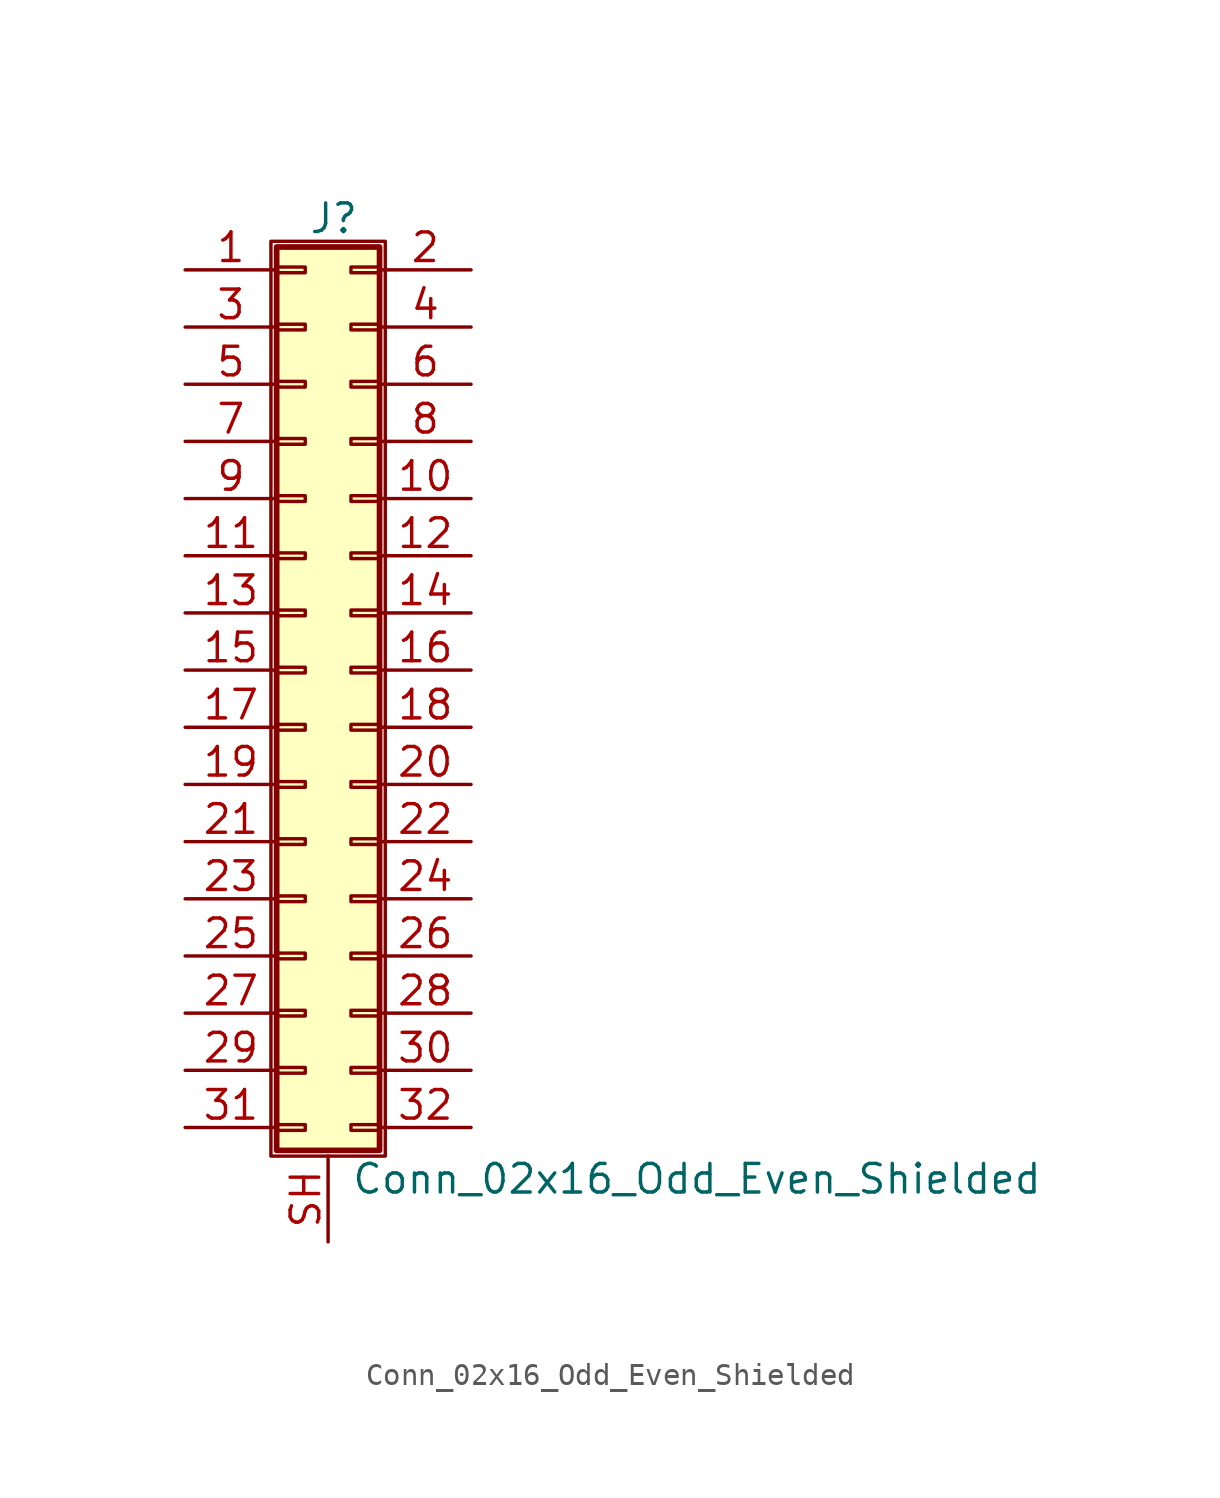
<source format=kicad_sym>
(kicad_symbol_lib
  (version 20211014)
  (generator kicad_symbol_editor)
  (symbol "Conn_02x16_Odd_Even_Shielded"
    (pin_names
      (offset 1.016) hide)
    (property "Reference" "J"
      (at 1.524 20.066 0)
      (effects (font (size 1.27 1.27))))
    (property "Value" "Conn_02x16_Odd_Even_Shielded"
      (at 2.286 -22.606 0)
      (effects (font (size 1.27 1.27)) (justify left)))
    (symbol "Conn_02x16_Odd_Even_Shielded_1_1"
      (rectangle (start -1.27 19.05) (end 3.81 -21.59) (stroke (width 0.152) (type default) (color 0 0 0 0)) (fill (type none)))
      (rectangle (start -1.016 -20.193) (end 0.254 -20.447) (stroke (width 0.152) (type default) (color 0 0 0 0)) (fill (type none)))
      (rectangle (start -1.016 -17.653) (end 0.254 -17.907) (stroke (width 0.152) (type default) (color 0 0 0 0)) (fill (type none)))
      (rectangle (start -1.016 -15.113) (end 0.254 -15.367) (stroke (width 0.152) (type default) (color 0 0 0 0)) (fill (type none)))
      (rectangle (start -1.016 -12.573) (end 0.254 -12.827) (stroke (width 0.152) (type default) (color 0 0 0 0)) (fill (type none)))
      (rectangle (start -1.016 -10.033) (end 0.254 -10.287) (stroke (width 0.152) (type default) (color 0 0 0 0)) (fill (type none)))
      (rectangle (start -1.016 -7.493) (end 0.254 -7.747) (stroke (width 0.152) (type default) (color 0 0 0 0)) (fill (type none)))
      (rectangle (start -1.016 -4.953) (end 0.254 -5.207) (stroke (width 0.152) (type default) (color 0 0 0 0)) (fill (type none)))
      (rectangle (start -1.016 -2.413) (end 0.254 -2.667) (stroke (width 0.152) (type default) (color 0 0 0 0)) (fill (type none)))
      (rectangle (start -1.016 0.127) (end 0.254 -0.127) (stroke (width 0.152) (type default) (color 0 0 0 0)) (fill (type none)))
      (rectangle (start -1.016 2.667) (end 0.254 2.413) (stroke (width 0.152) (type default) (color 0 0 0 0)) (fill (type none)))
      (rectangle (start -1.016 5.207) (end 0.254 4.953) (stroke (width 0.152) (type default) (color 0 0 0 0)) (fill (type none)))
      (rectangle (start -1.016 7.747) (end 0.254 7.493) (stroke (width 0.152) (type default) (color 0 0 0 0)) (fill (type none)))
      (rectangle (start -1.016 10.287) (end 0.254 10.033) (stroke (width 0.152) (type default) (color 0 0 0 0)) (fill (type none)))
      (rectangle (start -1.016 12.827) (end 0.254 12.573) (stroke (width 0.152) (type default) (color 0 0 0 0)) (fill (type none)))
      (rectangle (start -1.016 15.367) (end 0.254 15.113) (stroke (width 0.152) (type default) (color 0 0 0 0)) (fill (type none)))
      (rectangle (start -1.016 17.907) (end 0.254 17.653) (stroke (width 0.152) (type default) (color 0 0 0 0)) (fill (type none)))
      (rectangle (start -1.016 18.796) (end 3.556 -21.336) (stroke (width 0.254) (type default) (color 0 0 0 0)) (fill (type background)))
      (rectangle (start 3.556 -20.193) (end 2.286 -20.447) (stroke (width 0.152) (type default) (color 0 0 0 0)) (fill (type none)))
      (rectangle (start 3.556 -17.653) (end 2.286 -17.907) (stroke (width 0.152) (type default) (color 0 0 0 0)) (fill (type none)))
      (rectangle (start 3.556 -15.113) (end 2.286 -15.367) (stroke (width 0.152) (type default) (color 0 0 0 0)) (fill (type none)))
      (rectangle (start 3.556 -12.573) (end 2.286 -12.827) (stroke (width 0.152) (type default) (color 0 0 0 0)) (fill (type none)))
      (rectangle (start 3.556 -10.033) (end 2.286 -10.287) (stroke (width 0.152) (type default) (color 0 0 0 0)) (fill (type none)))
      (rectangle (start 3.556 -7.493) (end 2.286 -7.747) (stroke (width 0.152) (type default) (color 0 0 0 0)) (fill (type none)))
      (rectangle (start 3.556 -4.953) (end 2.286 -5.207) (stroke (width 0.152) (type default) (color 0 0 0 0)) (fill (type none)))
      (rectangle (start 3.556 -2.413) (end 2.286 -2.667) (stroke (width 0.152) (type default) (color 0 0 0 0)) (fill (type none)))
      (rectangle (start 3.556 0.127) (end 2.286 -0.127) (stroke (width 0.152) (type default) (color 0 0 0 0)) (fill (type none)))
      (rectangle (start 3.556 2.667) (end 2.286 2.413) (stroke (width 0.152) (type default) (color 0 0 0 0)) (fill (type none)))
      (rectangle (start 3.556 5.207) (end 2.286 4.953) (stroke (width 0.152) (type default) (color 0 0 0 0)) (fill (type none)))
      (rectangle (start 3.556 7.747) (end 2.286 7.493) (stroke (width 0.152) (type default) (color 0 0 0 0)) (fill (type none)))
      (rectangle (start 3.556 10.287) (end 2.286 10.033) (stroke (width 0.152) (type default) (color 0 0 0 0)) (fill (type none)))
      (rectangle (start 3.556 12.827) (end 2.286 12.573) (stroke (width 0.152) (type default) (color 0 0 0 0)) (fill (type none)))
      (rectangle (start 3.556 15.367) (end 2.286 15.113) (stroke (width 0.152) (type default) (color 0 0 0 0)) (fill (type none)))
      (rectangle (start 3.556 17.907) (end 2.286 17.653) (stroke (width 0.152) (type default) (color 0 0 0 0)) (fill (type none)))
      (pin passive line (at -5.08 17.78 0) (length 4.064) (name "Pin_1" (effects (font (size 1.27 1.27)))) (number "1" (effects (font (size 1.27 1.27)))))
      (pin passive line (at 7.62 7.62 180) (length 4.064) (name "Pin_10" (effects (font (size 1.27 1.27)))) (number "10" (effects (font (size 1.27 1.27)))))
      (pin passive line (at -5.08 5.08 0) (length 4.064) (name "Pin_11" (effects (font (size 1.27 1.27)))) (number "11" (effects (font (size 1.27 1.27)))))
      (pin passive line (at 7.62 5.08 180) (length 4.064) (name "Pin_12" (effects (font (size 1.27 1.27)))) (number "12" (effects (font (size 1.27 1.27)))))
      (pin passive line (at -5.08 2.54 0) (length 4.064) (name "Pin_13" (effects (font (size 1.27 1.27)))) (number "13" (effects (font (size 1.27 1.27)))))
      (pin passive line (at 7.62 2.54 180) (length 4.064) (name "Pin_14" (effects (font (size 1.27 1.27)))) (number "14" (effects (font (size 1.27 1.27)))))
      (pin passive line (at -5.08 0 0) (length 4.064) (name "Pin_15" (effects (font (size 1.27 1.27)))) (number "15" (effects (font (size 1.27 1.27)))))
      (pin passive line (at 7.62 0 180) (length 4.064) (name "Pin_16" (effects (font (size 1.27 1.27)))) (number "16" (effects (font (size 1.27 1.27)))))
      (pin passive line (at -5.08 -2.54 0) (length 4.064) (name "Pin_17" (effects (font (size 1.27 1.27)))) (number "17" (effects (font (size 1.27 1.27)))))
      (pin passive line (at 7.62 -2.54 180) (length 4.064) (name "Pin_18" (effects (font (size 1.27 1.27)))) (number "18" (effects (font (size 1.27 1.27)))))
      (pin passive line (at -5.08 -5.08 0) (length 4.064) (name "Pin_19" (effects (font (size 1.27 1.27)))) (number "19" (effects (font (size 1.27 1.27)))))
      (pin passive line (at 7.62 17.78 180) (length 4.064) (name "Pin_2" (effects (font (size 1.27 1.27)))) (number "2" (effects (font (size 1.27 1.27)))))
      (pin passive line (at 7.62 -5.08 180) (length 4.064) (name "Pin_20" (effects (font (size 1.27 1.27)))) (number "20" (effects (font (size 1.27 1.27)))))
      (pin passive line (at -5.08 -7.62 0) (length 4.064) (name "Pin_21" (effects (font (size 1.27 1.27)))) (number "21" (effects (font (size 1.27 1.27)))))
      (pin passive line (at 7.62 -7.62 180) (length 4.064) (name "Pin_22" (effects (font (size 1.27 1.27)))) (number "22" (effects (font (size 1.27 1.27)))))
      (pin passive line (at -5.08 -10.16 0) (length 4.064) (name "Pin_23" (effects (font (size 1.27 1.27)))) (number "23" (effects (font (size 1.27 1.27)))))
      (pin passive line (at 7.62 -10.16 180) (length 4.064) (name "Pin_24" (effects (font (size 1.27 1.27)))) (number "24" (effects (font (size 1.27 1.27)))))
      (pin passive line (at -5.08 -12.7 0) (length 4.064) (name "Pin_25" (effects (font (size 1.27 1.27)))) (number "25" (effects (font (size 1.27 1.27)))))
      (pin passive line (at 7.62 -12.7 180) (length 4.064) (name "Pin_26" (effects (font (size 1.27 1.27)))) (number "26" (effects (font (size 1.27 1.27)))))
      (pin passive line (at -5.08 -15.24 0) (length 4.064) (name "Pin_27" (effects (font (size 1.27 1.27)))) (number "27" (effects (font (size 1.27 1.27)))))
      (pin passive line (at 7.62 -15.24 180) (length 4.064) (name "Pin_28" (effects (font (size 1.27 1.27)))) (number "28" (effects (font (size 1.27 1.27)))))
      (pin passive line (at -5.08 -17.78 0) (length 4.064) (name "Pin_29" (effects (font (size 1.27 1.27)))) (number "29" (effects (font (size 1.27 1.27)))))
      (pin passive line (at -5.08 15.24 0) (length 4.064) (name "Pin_3" (effects (font (size 1.27 1.27)))) (number "3" (effects (font (size 1.27 1.27)))))
      (pin passive line (at 7.62 -17.78 180) (length 4.064) (name "Pin_30" (effects (font (size 1.27 1.27)))) (number "30" (effects (font (size 1.27 1.27)))))
      (pin passive line (at -5.08 -20.32 0) (length 4.064) (name "Pin_31" (effects (font (size 1.27 1.27)))) (number "31" (effects (font (size 1.27 1.27)))))
      (pin passive line (at 7.62 -20.32 180) (length 4.064) (name "Pin_32" (effects (font (size 1.27 1.27)))) (number "32" (effects (font (size 1.27 1.27)))))
      (pin passive line (at 7.62 15.24 180) (length 4.064) (name "Pin_4" (effects (font (size 1.27 1.27)))) (number "4" (effects (font (size 1.27 1.27)))))
      (pin passive line (at -5.08 12.7 0) (length 4.064) (name "Pin_5" (effects (font (size 1.27 1.27)))) (number "5" (effects (font (size 1.27 1.27)))))
      (pin passive line (at 7.62 12.7 180) (length 4.064) (name "Pin_6" (effects (font (size 1.27 1.27)))) (number "6" (effects (font (size 1.27 1.27)))))
      (pin passive line (at -5.08 10.16 0) (length 4.064) (name "Pin_7" (effects (font (size 1.27 1.27)))) (number "7" (effects (font (size 1.27 1.27)))))
      (pin passive line (at 7.62 10.16 180) (length 4.064) (name "Pin_8" (effects (font (size 1.27 1.27)))) (number "8" (effects (font (size 1.27 1.27)))))
      (pin passive line (at -5.08 7.62 0) (length 4.064) (name "Pin_9" (effects (font (size 1.27 1.27)))) (number "9" (effects (font (size 1.27 1.27)))))
      (pin passive line (at 1.27 -25.4 90) (length 3.81) (name "Shield" (effects (font (size 1.27 1.27)))) (number "SH" (effects (font (size 1.27 1.27))))))))
</source>
